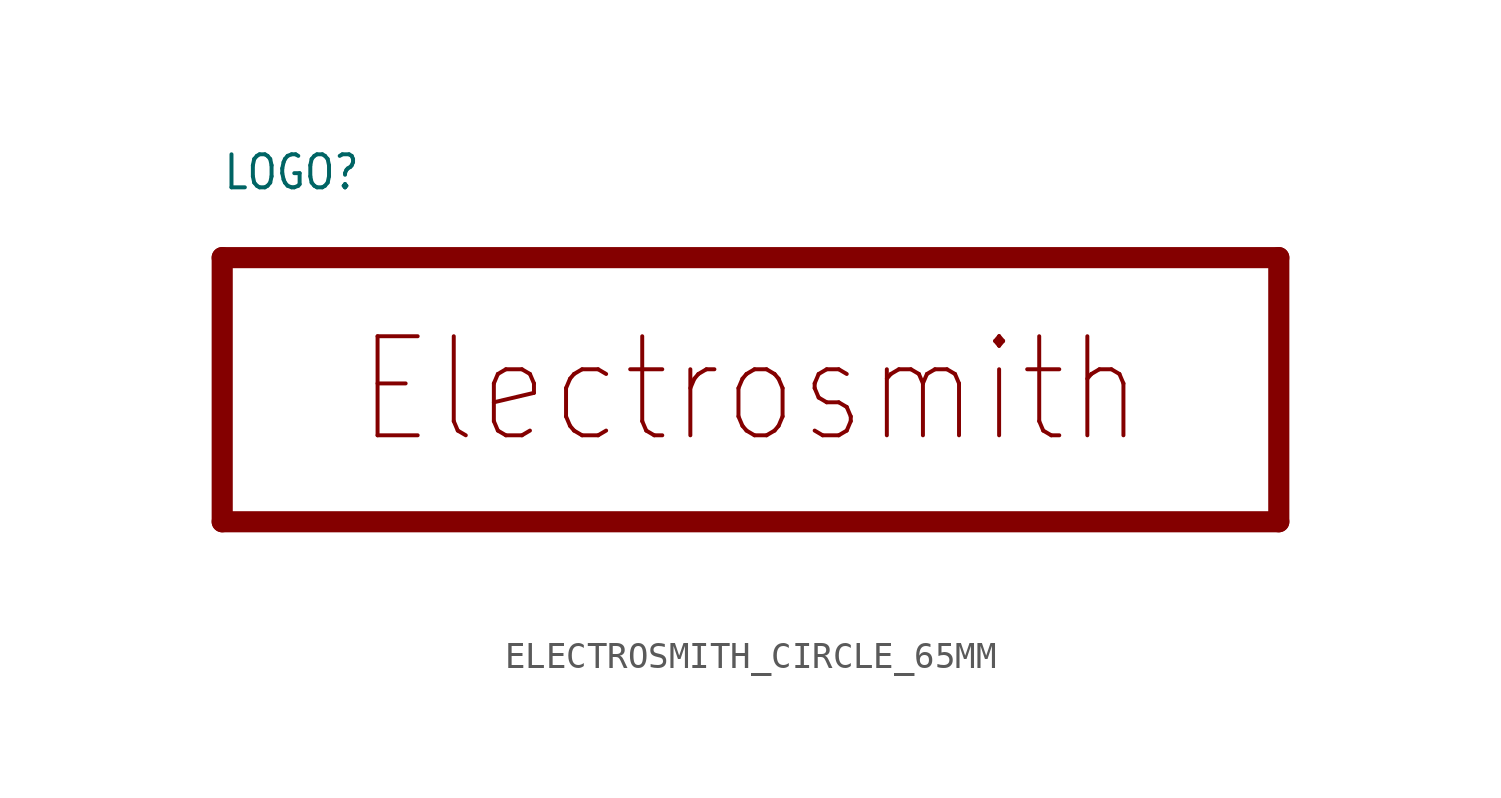
<source format=kicad_sym>
(kicad_symbol_lib
  (version 20231120)
  (generator "kicad_symbol_editor")
  (generator_version "8.0")
  (symbol "ELECTROSMITH_CIRCLE_65MM"
    (property "Reference" "LOGO"
      (at -20.32 7.62 0)
      (effects (font (size 1.27 1.079)) (justify left bottom)))
    (property "Value" ""
      (at -20.32 -7.62 0)
      (effects (font (size 1.27 1.079)) (justify left bottom)))
    (property "ki_locked" ""
      (at 0 0 0)
      (effects (font (size 1.27 1.27))))
    (symbol "ELECTROSMITH_CIRCLE_65MM_1_0"
      (polyline (pts (xy -20.32 -5.08) (xy -20.32 5.08)) (stroke (width 0.813) (type solid)) (fill (type none)))
      (polyline (pts (xy -20.32 5.08) (xy 20.32 5.08)) (stroke (width 0.813) (type solid)) (fill (type none)))
      (polyline (pts (xy 20.32 -5.08) (xy -20.32 -5.08)) (stroke (width 0.813) (type solid)) (fill (type none)))
      (polyline (pts (xy 20.32 5.08) (xy 20.32 -5.08)) (stroke (width 0.813) (type solid)) (fill (type none)))
      (text "Electrosmith" (at 0 0 0) (effects (font (size 3.81 3.239)))))))
</source>
